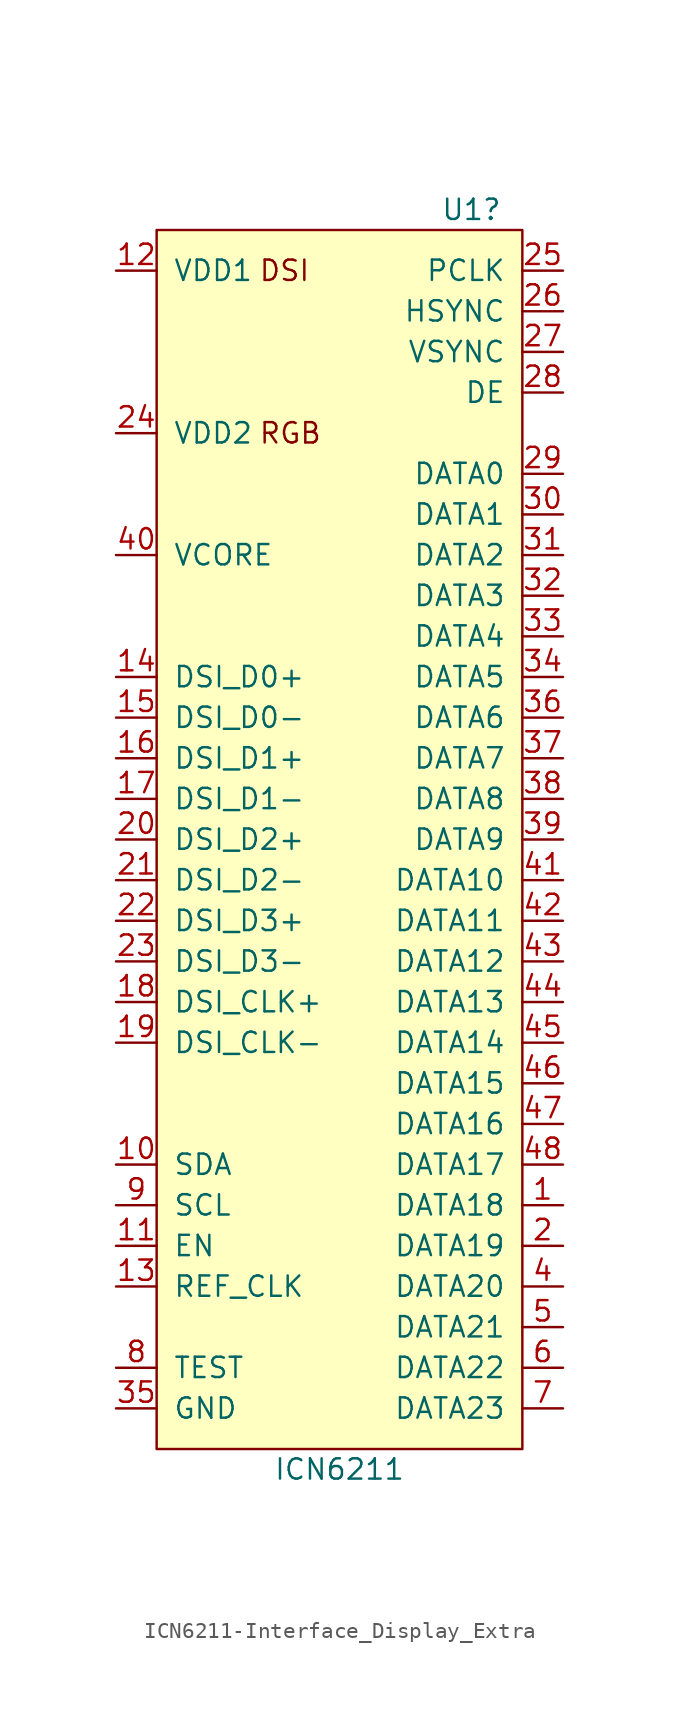
<source format=kicad_sym>
(kicad_symbol_lib
  (version 20220914)
  (generator kicad_symbol_editor)
  (symbol "ICN6211-Interface_Display_Extra"
    (pin_names
      (offset 1.016))
    (property "Reference" "U1"
      (at 10.16 39.37 0)
      (effects (font (size 1.27 1.27)) (justify right)))
    (property "Value" "ICN6211"
      (at 0 -39.37 0)
      (effects (font (size 1.27 1.27))))
    (symbol "ICN6211-Interface_Display_Extra_0_0"
      (text "DSI" (at -5.08 35.56 0) (effects (font (size 1.27 1.27)) (justify left)))
      (text "RGB" (at -5.08 25.4 0) (effects (font (size 1.27 1.27)) (justify left))))
    (symbol "ICN6211-Interface_Display_Extra_0_1"
      (rectangle (start -11.43 38.1) (end 11.43 -38.1) (stroke (width 0) (type solid)) (fill (type background))))
    (symbol "ICN6211-Interface_Display_Extra_1_1"
      (pin output line (at 13.97 -22.86 180) (length 2.54) (name "DATA18" (effects (font (size 1.27 1.27)))) (number "1" (effects (font (size 1.27 1.27)))))
      (pin bidirectional line (at -13.97 -20.32 0) (length 2.54) (name "SDA" (effects (font (size 1.27 1.27)))) (number "10" (effects (font (size 1.27 1.27)))))
      (pin input line (at -13.97 -25.4 0) (length 2.54) (name "EN" (effects (font (size 1.27 1.27)))) (number "11" (effects (font (size 1.27 1.27)))))
      (pin power_in line (at -13.97 35.56 0) (length 2.54) (name "VDD1" (effects (font (size 1.27 1.27)))) (number "12" (effects (font (size 1.27 1.27)))))
      (pin input line (at -13.97 -27.94 0) (length 2.54) (name "REF_CLK" (effects (font (size 1.27 1.27)))) (number "13" (effects (font (size 1.27 1.27)))))
      (pin bidirectional line (at -13.97 10.16 0) (length 2.54) (name "DSI_D0+" (effects (font (size 1.27 1.27)))) (number "14" (effects (font (size 1.27 1.27)))))
      (pin bidirectional line (at -13.97 7.62 0) (length 2.54) (name "DSI_D0-" (effects (font (size 1.27 1.27)))) (number "15" (effects (font (size 1.27 1.27)))))
      (pin bidirectional line (at -13.97 5.08 0) (length 2.54) (name "DSI_D1+" (effects (font (size 1.27 1.27)))) (number "16" (effects (font (size 1.27 1.27)))))
      (pin bidirectional line (at -13.97 2.54 0) (length 2.54) (name "DSI_D1-" (effects (font (size 1.27 1.27)))) (number "17" (effects (font (size 1.27 1.27)))))
      (pin bidirectional line (at -13.97 -10.16 0) (length 2.54) (name "DSI_CLK+" (effects (font (size 1.27 1.27)))) (number "18" (effects (font (size 1.27 1.27)))))
      (pin bidirectional line (at -13.97 -12.7 0) (length 2.54) (name "DSI_CLK-" (effects (font (size 1.27 1.27)))) (number "19" (effects (font (size 1.27 1.27)))))
      (pin output line (at 13.97 -25.4 180) (length 2.54) (name "DATA19" (effects (font (size 1.27 1.27)))) (number "2" (effects (font (size 1.27 1.27)))))
      (pin bidirectional line (at -13.97 0 0) (length 2.54) (name "DSI_D2+" (effects (font (size 1.27 1.27)))) (number "20" (effects (font (size 1.27 1.27)))))
      (pin bidirectional line (at -13.97 -2.54 0) (length 2.54) (name "DSI_D2-" (effects (font (size 1.27 1.27)))) (number "21" (effects (font (size 1.27 1.27)))))
      (pin bidirectional line (at -13.97 -5.08 0) (length 2.54) (name "DSI_D3+" (effects (font (size 1.27 1.27)))) (number "22" (effects (font (size 1.27 1.27)))))
      (pin bidirectional line (at -13.97 -7.62 0) (length 2.54) (name "DSI_D3-" (effects (font (size 1.27 1.27)))) (number "23" (effects (font (size 1.27 1.27)))))
      (pin power_in line (at -13.97 25.4 0) (length 2.54) (name "VDD2" (effects (font (size 1.27 1.27)))) (number "24" (effects (font (size 1.27 1.27)))))
      (pin output line (at 13.97 35.56 180) (length 2.54) (name "PCLK" (effects (font (size 1.27 1.27)))) (number "25" (effects (font (size 1.27 1.27)))))
      (pin output line (at 13.97 33.02 180) (length 2.54) (name "HSYNC" (effects (font (size 1.27 1.27)))) (number "26" (effects (font (size 1.27 1.27)))))
      (pin output line (at 13.97 30.48 180) (length 2.54) (name "VSYNC" (effects (font (size 1.27 1.27)))) (number "27" (effects (font (size 1.27 1.27)))))
      (pin output line (at 13.97 27.94 180) (length 2.54) (name "DE" (effects (font (size 1.27 1.27)))) (number "28" (effects (font (size 1.27 1.27)))))
      (pin output line (at 13.97 22.86 180) (length 2.54) (name "DATA0" (effects (font (size 1.27 1.27)))) (number "29" (effects (font (size 1.27 1.27)))))
      (pin passive line (at -13.97 25.4 0) (length 2.54) hide (name "VDD3" (effects (font (size 1.27 1.27)))) (number "3" (effects (font (size 1.27 1.27)))))
      (pin output line (at 13.97 20.32 180) (length 2.54) (name "DATA1" (effects (font (size 1.27 1.27)))) (number "30" (effects (font (size 1.27 1.27)))))
      (pin output line (at 13.97 17.78 180) (length 2.54) (name "DATA2" (effects (font (size 1.27 1.27)))) (number "31" (effects (font (size 1.27 1.27)))))
      (pin output line (at 13.97 15.24 180) (length 2.54) (name "DATA3" (effects (font (size 1.27 1.27)))) (number "32" (effects (font (size 1.27 1.27)))))
      (pin output line (at 13.97 12.7 180) (length 2.54) (name "DATA4" (effects (font (size 1.27 1.27)))) (number "33" (effects (font (size 1.27 1.27)))))
      (pin output line (at 13.97 10.16 180) (length 2.54) (name "DATA5" (effects (font (size 1.27 1.27)))) (number "34" (effects (font (size 1.27 1.27)))))
      (pin power_in line (at -13.97 -35.56 0) (length 2.54) (name "GND" (effects (font (size 1.27 1.27)))) (number "35" (effects (font (size 1.27 1.27)))))
      (pin output line (at 13.97 7.62 180) (length 2.54) (name "DATA6" (effects (font (size 1.27 1.27)))) (number "36" (effects (font (size 1.27 1.27)))))
      (pin output line (at 13.97 5.08 180) (length 2.54) (name "DATA7" (effects (font (size 1.27 1.27)))) (number "37" (effects (font (size 1.27 1.27)))))
      (pin output line (at 13.97 2.54 180) (length 2.54) (name "DATA8" (effects (font (size 1.27 1.27)))) (number "38" (effects (font (size 1.27 1.27)))))
      (pin output line (at 13.97 0 180) (length 2.54) (name "DATA9" (effects (font (size 1.27 1.27)))) (number "39" (effects (font (size 1.27 1.27)))))
      (pin output line (at 13.97 -27.94 180) (length 2.54) (name "DATA20" (effects (font (size 1.27 1.27)))) (number "4" (effects (font (size 1.27 1.27)))))
      (pin power_out line (at -13.97 17.78 0) (length 2.54) (name "VCORE" (effects (font (size 1.27 1.27)))) (number "40" (effects (font (size 1.27 1.27)))))
      (pin output line (at 13.97 -2.54 180) (length 2.54) (name "DATA10" (effects (font (size 1.27 1.27)))) (number "41" (effects (font (size 1.27 1.27)))))
      (pin output line (at 13.97 -5.08 180) (length 2.54) (name "DATA11" (effects (font (size 1.27 1.27)))) (number "42" (effects (font (size 1.27 1.27)))))
      (pin output line (at 13.97 -7.62 180) (length 2.54) (name "DATA12" (effects (font (size 1.27 1.27)))) (number "43" (effects (font (size 1.27 1.27)))))
      (pin output line (at 13.97 -10.16 180) (length 2.54) (name "DATA13" (effects (font (size 1.27 1.27)))) (number "44" (effects (font (size 1.27 1.27)))))
      (pin output line (at 13.97 -12.7 180) (length 2.54) (name "DATA14" (effects (font (size 1.27 1.27)))) (number "45" (effects (font (size 1.27 1.27)))))
      (pin output line (at 13.97 -15.24 180) (length 2.54) (name "DATA15" (effects (font (size 1.27 1.27)))) (number "46" (effects (font (size 1.27 1.27)))))
      (pin output line (at 13.97 -17.78 180) (length 2.54) (name "DATA16" (effects (font (size 1.27 1.27)))) (number "47" (effects (font (size 1.27 1.27)))))
      (pin output line (at 13.97 -20.32 180) (length 2.54) (name "DATA17" (effects (font (size 1.27 1.27)))) (number "48" (effects (font (size 1.27 1.27)))))
      (pin passive line (at -13.97 -35.56 0) (length 2.54) hide (name "PAD" (effects (font (size 1.27 1.27)))) (number "49" (effects (font (size 1.27 1.27)))))
      (pin output line (at 13.97 -30.48 180) (length 2.54) (name "DATA21" (effects (font (size 1.27 1.27)))) (number "5" (effects (font (size 1.27 1.27)))))
      (pin output line (at 13.97 -33.02 180) (length 2.54) (name "DATA22" (effects (font (size 1.27 1.27)))) (number "6" (effects (font (size 1.27 1.27)))))
      (pin output line (at 13.97 -35.56 180) (length 2.54) (name "DATA23" (effects (font (size 1.27 1.27)))) (number "7" (effects (font (size 1.27 1.27)))))
      (pin input line (at -13.97 -33.02 0) (length 2.54) (name "TEST" (effects (font (size 1.27 1.27)))) (number "8" (effects (font (size 1.27 1.27)))))
      (pin input line (at -13.97 -22.86 0) (length 2.54) (name "SCL" (effects (font (size 1.27 1.27)))) (number "9" (effects (font (size 1.27 1.27))))))))
</source>
